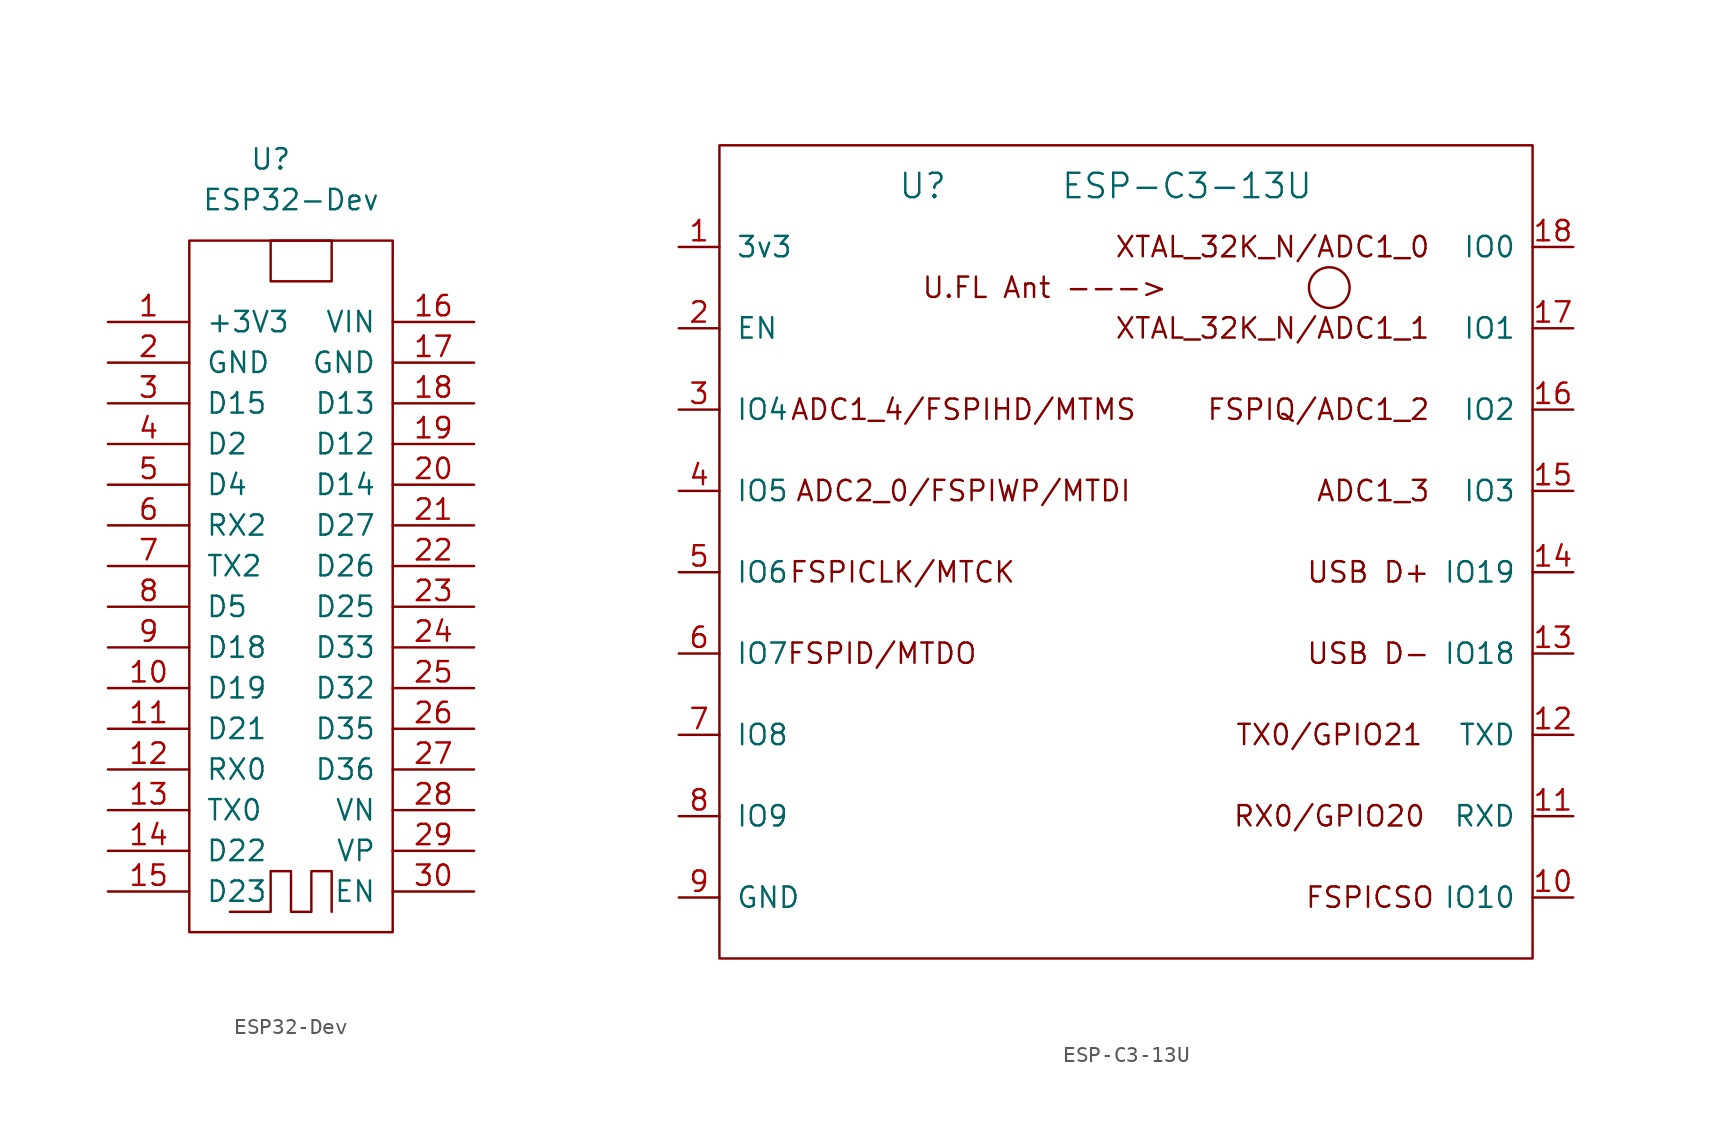
<source format=kicad_sym>
(kicad_symbol_lib
  (version 20211014)
  (generator kicad_symbol_editor)
  (symbol "ESP32-Dev"
    (pin_names
      (offset 1.016))
    (property "Reference" "U"
      (at 1.27 6.35 0)
      (effects (font (size 1.27 1.27))))
    (property "Value" "ESP32-Dev"
      (at 2.54 3.81 0)
      (effects (font (size 1.27 1.27))))
    (symbol "ESP32-Dev_0_1"
      (rectangle (start -3.81 -41.91) (end 8.89 1.27) (stroke (width 0) (type default) (color 0 0 0 0)) (fill (type none)))
      (polyline (pts (xy 5.08 -40.64) (xy 5.08 -38.1) (xy 3.81 -38.1) (xy 3.81 -40.64) (xy 2.54 -40.64) (xy 2.54 -38.1) (xy 1.27 -38.1) (xy 1.27 -40.64) (xy -1.27 -40.64)) (stroke (width 0) (type default) (color 0 0 0 0)) (fill (type none)))
      (rectangle (start 1.27 1.27) (end 5.08 -1.27) (stroke (width 0) (type default) (color 0 0 0 0)) (fill (type none))))
    (symbol "ESP32-Dev_1_1"
      (pin power_in line (at -8.89 -3.81 0) (length 5.08) (name "+3V3" (effects (font (size 1.27 1.27)))) (number "1" (effects (font (size 1.27 1.27)))))
      (pin bidirectional line (at -8.89 -26.67 0) (length 5.08) (name "D19" (effects (font (size 1.27 1.27)))) (number "10" (effects (font (size 1.27 1.27)))))
      (pin bidirectional line (at -8.89 -29.21 0) (length 5.08) (name "D21" (effects (font (size 1.27 1.27)))) (number "11" (effects (font (size 1.27 1.27)))))
      (pin input line (at -8.89 -31.75 0) (length 5.08) (name "RX0" (effects (font (size 1.27 1.27)))) (number "12" (effects (font (size 1.27 1.27)))))
      (pin output line (at -8.89 -34.29 0) (length 5.08) (name "TX0" (effects (font (size 1.27 1.27)))) (number "13" (effects (font (size 1.27 1.27)))))
      (pin bidirectional line (at -8.89 -36.83 0) (length 5.08) (name "D22" (effects (font (size 1.27 1.27)))) (number "14" (effects (font (size 1.27 1.27)))))
      (pin bidirectional line (at -8.89 -39.37 0) (length 5.08) (name "D23" (effects (font (size 1.27 1.27)))) (number "15" (effects (font (size 1.27 1.27)))))
      (pin power_in line (at 13.97 -3.81 180) (length 5.08) (name "VIN" (effects (font (size 1.27 1.27)))) (number "16" (effects (font (size 1.27 1.27)))))
      (pin power_out line (at 13.97 -6.35 180) (length 5.08) (name "GND" (effects (font (size 1.27 1.27)))) (number "17" (effects (font (size 1.27 1.27)))))
      (pin bidirectional line (at 13.97 -8.89 180) (length 5.08) (name "D13" (effects (font (size 1.27 1.27)))) (number "18" (effects (font (size 1.27 1.27)))))
      (pin bidirectional line (at 13.97 -11.43 180) (length 5.08) (name "D12" (effects (font (size 1.27 1.27)))) (number "19" (effects (font (size 1.27 1.27)))))
      (pin power_out line (at -8.89 -6.35 0) (length 5.08) (name "GND" (effects (font (size 1.27 1.27)))) (number "2" (effects (font (size 1.27 1.27)))))
      (pin bidirectional line (at 13.97 -13.97 180) (length 5.08) (name "D14" (effects (font (size 1.27 1.27)))) (number "20" (effects (font (size 1.27 1.27)))))
      (pin bidirectional line (at 13.97 -16.51 180) (length 5.08) (name "D27" (effects (font (size 1.27 1.27)))) (number "21" (effects (font (size 1.27 1.27)))))
      (pin bidirectional line (at 13.97 -19.05 180) (length 5.08) (name "D26" (effects (font (size 1.27 1.27)))) (number "22" (effects (font (size 1.27 1.27)))))
      (pin bidirectional line (at 13.97 -21.59 180) (length 5.08) (name "D25" (effects (font (size 1.27 1.27)))) (number "23" (effects (font (size 1.27 1.27)))))
      (pin input line (at 13.97 -24.13 180) (length 5.08) (name "D33" (effects (font (size 1.27 1.27)))) (number "24" (effects (font (size 1.27 1.27)))))
      (pin input line (at 13.97 -26.67 180) (length 5.08) (name "D32" (effects (font (size 1.27 1.27)))) (number "25" (effects (font (size 1.27 1.27)))))
      (pin input line (at 13.97 -29.21 180) (length 5.08) (name "D35" (effects (font (size 1.27 1.27)))) (number "26" (effects (font (size 1.27 1.27)))))
      (pin input line (at 13.97 -31.75 180) (length 5.08) (name "D36" (effects (font (size 1.27 1.27)))) (number "27" (effects (font (size 1.27 1.27)))))
      (pin input line (at 13.97 -34.29 180) (length 5.08) (name "VN" (effects (font (size 1.27 1.27)))) (number "28" (effects (font (size 1.27 1.27)))))
      (pin input line (at 13.97 -36.83 180) (length 5.08) (name "VP" (effects (font (size 1.27 1.27)))) (number "29" (effects (font (size 1.27 1.27)))))
      (pin bidirectional line (at -8.89 -8.89 0) (length 5.08) (name "D15" (effects (font (size 1.27 1.27)))) (number "3" (effects (font (size 1.27 1.27)))))
      (pin input line (at 13.97 -39.37 180) (length 5.08) (name "EN" (effects (font (size 1.27 1.27)))) (number "30" (effects (font (size 1.27 1.27)))))
      (pin bidirectional line (at -8.89 -11.43 0) (length 5.08) (name "D2" (effects (font (size 1.27 1.27)))) (number "4" (effects (font (size 1.27 1.27)))))
      (pin bidirectional line (at -8.89 -13.97 0) (length 5.08) (name "D4" (effects (font (size 1.27 1.27)))) (number "5" (effects (font (size 1.27 1.27)))))
      (pin input line (at -8.89 -16.51 0) (length 5.08) (name "RX2" (effects (font (size 1.27 1.27)))) (number "6" (effects (font (size 1.27 1.27)))))
      (pin output line (at -8.89 -19.05 0) (length 5.08) (name "TX2" (effects (font (size 1.27 1.27)))) (number "7" (effects (font (size 1.27 1.27)))))
      (pin bidirectional line (at -8.89 -21.59 0) (length 5.08) (name "D5" (effects (font (size 1.27 1.27)))) (number "8" (effects (font (size 1.27 1.27)))))
      (pin bidirectional line (at -8.89 -24.13 0) (length 5.08) (name "D18" (effects (font (size 1.27 1.27)))) (number "9" (effects (font (size 1.27 1.27)))))))
  (symbol "ESP-C3-13U"
    (pin_names
      (offset 1.016))
    (property "Reference" "U"
      (at -12.7 22.86 0)
      (effects (font (size 1.524 1.524))))
    (property "Value" "ESP-C3-13U"
      (at 3.81 22.86 0)
      (effects (font (size 1.524 1.524))))
    (symbol "ESP-C3-13U_0_0"
      (text "ADC1_3" (at 19.05 3.81 0) (effects (font (size 1.27 1.27)) (justify right)))
      (text "ADC1_4/FSPIHD/MTMS" (at -10.16 8.89 0) (effects (font (size 1.27 1.27))))
      (text "ADC2_0/FSPIWP/MTDI" (at -10.16 3.81 0) (effects (font (size 1.27 1.27))))
      (text "FSPICLK/MTCK" (at -13.97 -1.27 0) (effects (font (size 1.27 1.27))))
      (text "FSPICSO" (at 15.24 -21.59 0) (effects (font (size 1.27 1.27))))
      (text "FSPID/MTDO" (at -15.24 -6.35 0) (effects (font (size 1.27 1.27))))
      (text "FSPIQ/ADC1_2" (at 19.05 8.89 0) (effects (font (size 1.27 1.27)) (justify right)))
      (text "RX0/GPIO20" (at 12.7 -16.51 0) (effects (font (size 1.27 1.27))))
      (text "TX0/GPIO21" (at 12.7 -11.43 0) (effects (font (size 1.27 1.27))))
      (text "U.FL Ant --->" (at -5.08 16.51 0) (effects (font (size 1.27 1.27))))
      (text "USB D+" (at 19.05 -1.27 0) (effects (font (size 1.27 1.27)) (justify right)))
      (text "USB D-" (at 19.05 -6.35 0) (effects (font (size 1.27 1.27)) (justify right)))
      (text "XTAL_32K_N/ADC1_0" (at 19.05 19.05 0) (effects (font (size 1.27 1.27)) (justify right)))
      (text "XTAL_32K_N/ADC1_1" (at 19.05 13.97 0) (effects (font (size 1.27 1.27)) (justify right))))
    (symbol "ESP-C3-13U_0_1"
      (rectangle (start -25.4 25.4) (end 25.4 -25.4) (stroke (width 0) (type default) (color 0 0 0 0)) (fill (type none)))
      (circle (center 12.7 16.51) (radius 1.27) (stroke (width 0) (type default) (color 0 0 0 0)) (fill (type none))))
    (symbol "ESP-C3-13U_1_1"
      (pin power_in line (at -27.94 19.05 0) (length 2.54) (name "3v3" (effects (font (size 1.27 1.27)))) (number "1" (effects (font (size 1.27 1.27)))))
      (pin power_in line (at 27.94 -21.59 180) (length 2.54) (name "IO10" (effects (font (size 1.27 1.27)))) (number "10" (effects (font (size 1.27 1.27)))))
      (pin bidirectional line (at 27.94 -16.51 180) (length 2.54) (name "RXD" (effects (font (size 1.27 1.27)))) (number "11" (effects (font (size 1.27 1.27)))))
      (pin bidirectional line (at 27.94 -11.43 180) (length 2.54) (name "TXD" (effects (font (size 1.27 1.27)))) (number "12" (effects (font (size 1.27 1.27)))))
      (pin bidirectional line (at 27.94 -6.35 180) (length 2.54) (name "IO18" (effects (font (size 1.27 1.27)))) (number "13" (effects (font (size 1.27 1.27)))))
      (pin bidirectional line (at 27.94 -1.27 180) (length 2.54) (name "IO19" (effects (font (size 1.27 1.27)))) (number "14" (effects (font (size 1.27 1.27)))))
      (pin bidirectional line (at 27.94 3.81 180) (length 2.54) (name "IO3" (effects (font (size 1.27 1.27)))) (number "15" (effects (font (size 1.27 1.27)))))
      (pin bidirectional line (at 27.94 8.89 180) (length 2.54) (name "IO2" (effects (font (size 1.27 1.27)))) (number "16" (effects (font (size 1.27 1.27)))))
      (pin input line (at 27.94 13.97 180) (length 2.54) (name "IO1" (effects (font (size 1.27 1.27)))) (number "17" (effects (font (size 1.27 1.27)))))
      (pin power_in line (at 27.94 19.05 180) (length 2.54) (name "IO0" (effects (font (size 1.27 1.27)))) (number "18" (effects (font (size 1.27 1.27)))))
      (pin bidirectional line (at -27.94 13.97 0) (length 2.54) (name "EN" (effects (font (size 1.27 1.27)))) (number "2" (effects (font (size 1.27 1.27)))))
      (pin bidirectional line (at -27.94 8.89 0) (length 2.54) (name "IO4" (effects (font (size 1.27 1.27)))) (number "3" (effects (font (size 1.27 1.27)))))
      (pin bidirectional line (at -27.94 3.81 0) (length 2.54) (name "IO5" (effects (font (size 1.27 1.27)))) (number "4" (effects (font (size 1.27 1.27)))))
      (pin bidirectional line (at -27.94 -1.27 0) (length 2.54) (name "IO6" (effects (font (size 1.27 1.27)))) (number "5" (effects (font (size 1.27 1.27)))))
      (pin bidirectional line (at -27.94 -6.35 0) (length 2.54) (name "IO7" (effects (font (size 1.27 1.27)))) (number "6" (effects (font (size 1.27 1.27)))))
      (pin bidirectional line (at -27.94 -11.43 0) (length 2.54) (name "IO8" (effects (font (size 1.27 1.27)))) (number "7" (effects (font (size 1.27 1.27)))))
      (pin bidirectional line (at -27.94 -16.51 0) (length 2.54) (name "IO9" (effects (font (size 1.27 1.27)))) (number "8" (effects (font (size 1.27 1.27)))))
      (pin power_out line (at -27.94 -21.59 0) (length 2.54) (name "GND" (effects (font (size 1.27 1.27)))) (number "9" (effects (font (size 1.27 1.27))))))))
</source>
